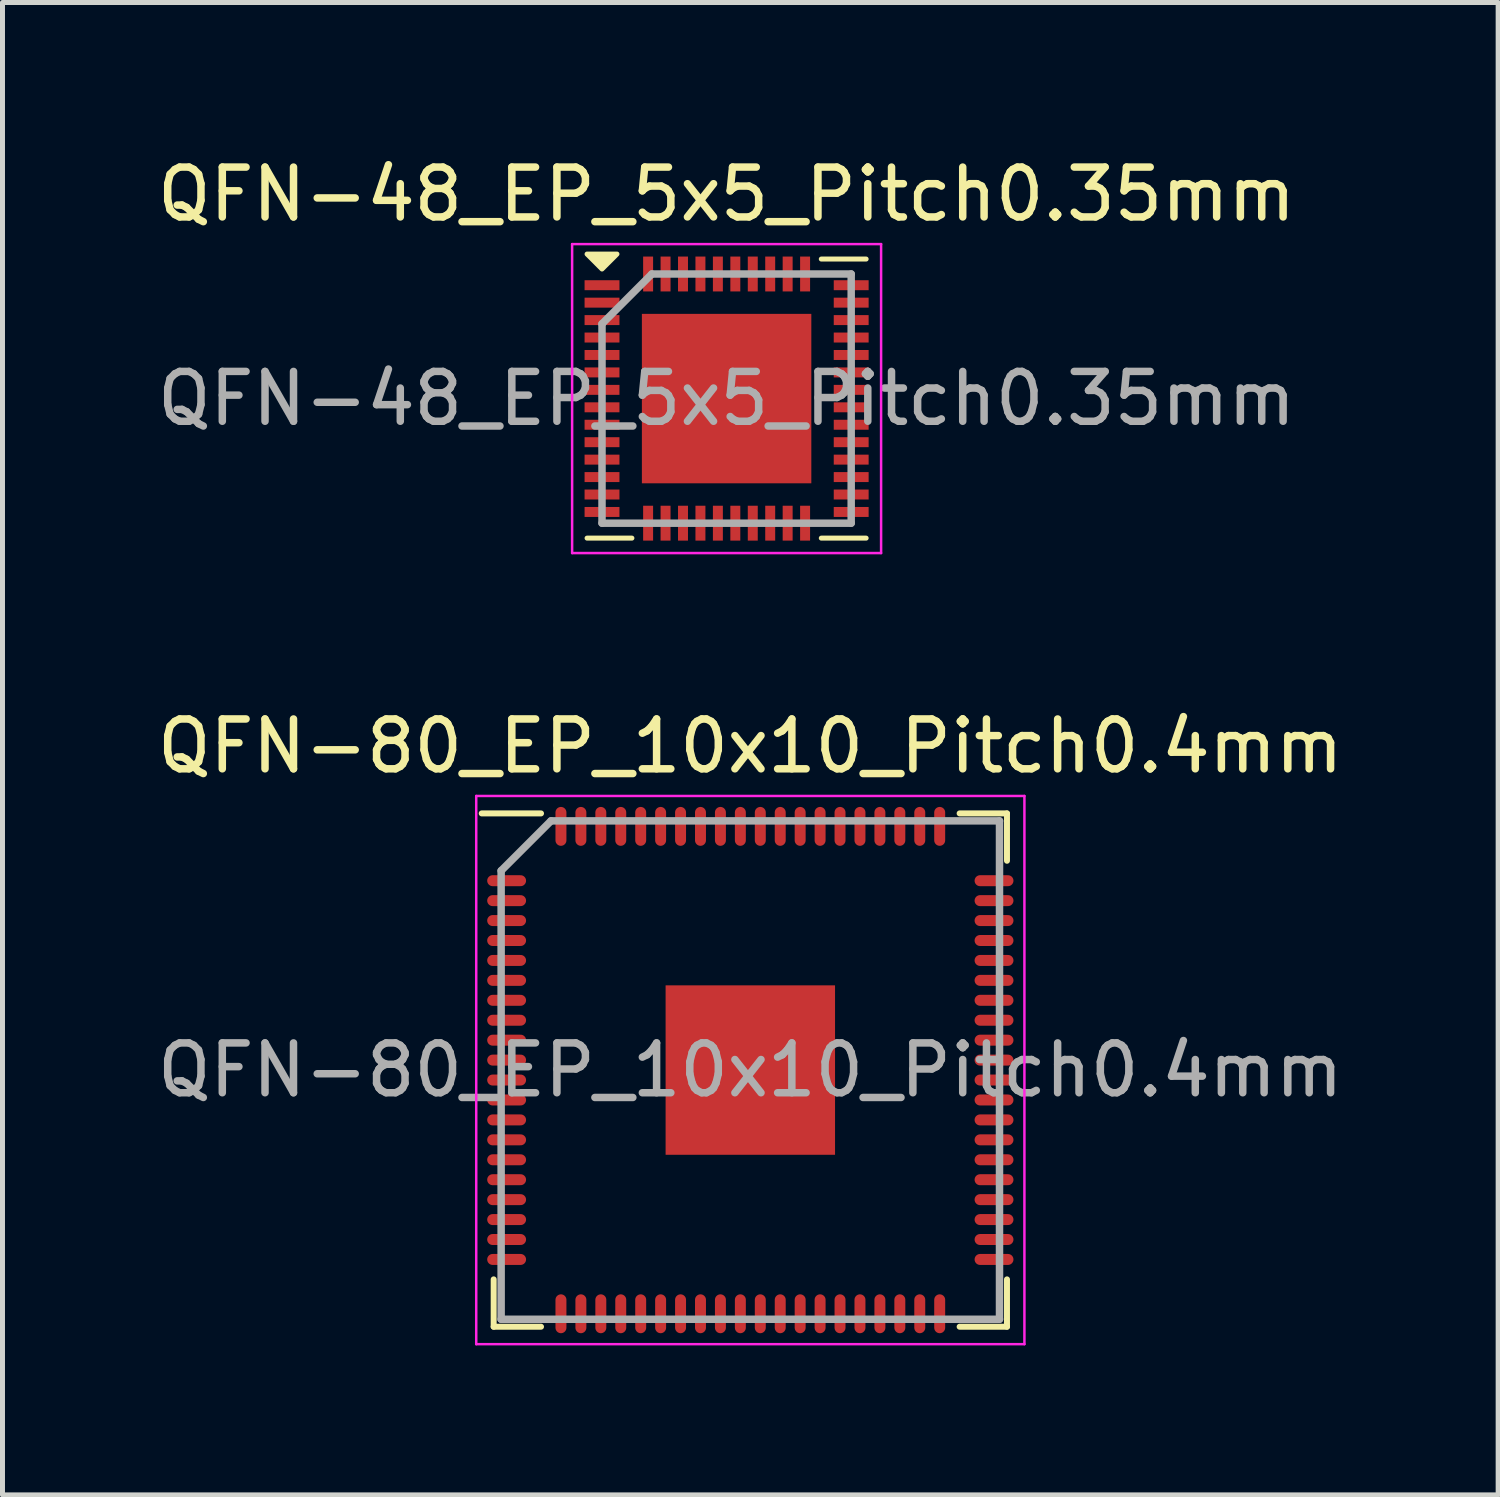
<source format=kicad_pcb>
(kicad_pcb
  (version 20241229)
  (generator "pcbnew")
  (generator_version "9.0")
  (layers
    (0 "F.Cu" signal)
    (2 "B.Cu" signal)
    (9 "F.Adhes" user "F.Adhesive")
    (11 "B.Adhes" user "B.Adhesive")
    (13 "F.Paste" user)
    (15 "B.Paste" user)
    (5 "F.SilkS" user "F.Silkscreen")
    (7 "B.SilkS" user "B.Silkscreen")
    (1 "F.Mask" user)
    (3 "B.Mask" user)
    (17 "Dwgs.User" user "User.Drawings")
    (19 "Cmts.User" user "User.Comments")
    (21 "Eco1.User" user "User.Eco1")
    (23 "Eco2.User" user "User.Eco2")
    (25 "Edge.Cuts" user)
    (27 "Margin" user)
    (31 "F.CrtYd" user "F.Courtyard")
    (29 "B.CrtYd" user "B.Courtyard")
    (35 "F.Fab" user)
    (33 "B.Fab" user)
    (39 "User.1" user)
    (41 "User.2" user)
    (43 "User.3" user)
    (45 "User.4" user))
  (footprint "QFN-48_EP_5x5_Pitch0.35mm"
    (layer "F.Cu")
    (at 11.53 4.948)
    (property "Reference" "QFN-48_EP_5x5_Pitch0.35mm" (at 0 -4.1 0) (layer "F.SilkS") (effects (font (size 1 1) (thickness 0.15))))
    (attr smd)
    (fp_line (start -2.8 2.8) (end -1.9 2.8) (stroke (width 0.1) (type default)) (layer "F.SilkS"))
    (fp_line (start 1.9 2.8) (end 2.8 2.8) (stroke (width 0.1) (type default)) (layer "F.SilkS"))
    (fp_line (start 2.8 -2.8) (end 1.9 -2.8) (stroke (width 0.1) (type default)) (layer "F.SilkS"))
    (fp_poly (pts (xy -2.8 -2.9) (xy -2.5 -2.6) (xy -2.2 -2.9)) (stroke (width 0.1) (type solid)) (fill yes) (layer "F.SilkS"))
    (fp_line (start -3.1 -3.1) (end 3.1 -3.1) (stroke (width 0.05) (type default)) (layer "F.CrtYd"))
    (fp_line (start -3.1 3.1) (end -3.1 -3.1) (stroke (width 0.05) (type default)) (layer "F.CrtYd"))
    (fp_line (start 3.1 -3.1) (end 3.1 3.1) (stroke (width 0.05) (type default)) (layer "F.CrtYd"))
    (fp_line (start 3.1 3.1) (end -3.1 3.1) (stroke (width 0.05) (type default)) (layer "F.CrtYd"))
    (fp_line (start -2.5 -1.5) (end -2.5 2.5) (stroke (width 0.15) (type default)) (layer "F.Fab"))
    (fp_line (start -2.5 2.5) (end 2.5 2.5) (stroke (width 0.15) (type default)) (layer "F.Fab"))
    (fp_line (start -1.5 -2.5) (end -2.5 -1.5) (stroke (width 0.15) (type default)) (layer "F.Fab"))
    (fp_line (start 2.5 -2.5) (end -1.5 -2.5) (stroke (width 0.15) (type default)) (layer "F.Fab"))
    (fp_line (start 2.5 2.5) (end 2.5 -2.5) (stroke (width 0.15) (type default)) (layer "F.Fab"))
    (fp_text user "${REFERENCE}" (at 0 0 0) (layer "F.Fab") (effects (font (size 1 1) (thickness 0.15))))
    (pad "" smd rect (at -1.275 -1.275) (size 0.1 0.1) (layers "F.Paste"))
    (pad "" smd rect (at -1.275 -0.425) (size 0.1 0.1) (layers "F.Paste"))
    (pad "" smd rect (at -1.275 0.425) (size 0.1 0.1) (layers "F.Paste"))
    (pad "" smd rect (at -1.275 1.275) (size 0.1 0.1) (layers "F.Paste"))
    (pad "" smd rect (at -0.425 -1.275) (size 0.1 0.1) (layers "F.Paste"))
    (pad "" smd rect (at -0.425 -0.425) (size 0.1 0.1) (layers "F.Paste"))
    (pad "" smd rect (at -0.425 0.425) (size 0.1 0.1) (layers "F.Paste"))
    (pad "" smd rect (at -0.425 1.275) (size 0.1 0.1) (layers "F.Paste"))
    (pad "" smd rect (at 0.425 -1.275) (size 0.1 0.1) (layers "F.Paste"))
    (pad "" smd rect (at 0.425 -0.425) (size 0.1 0.1) (layers "F.Paste"))
    (pad "" smd rect (at 0.425 0.425) (size 0.1 0.1) (layers "F.Paste"))
    (pad "" smd rect (at 0.425 1.275) (size 0.1 0.1) (layers "F.Paste"))
    (pad "" smd rect (at 1.275 -1.275) (size 0.1 0.1) (layers "F.Paste"))
    (pad "" smd rect (at 1.275 -0.425) (size 0.1 0.1) (layers "F.Paste"))
    (pad "" smd rect (at 1.275 0.425) (size 0.1 0.1) (layers "F.Paste"))
    (pad "" smd rect (at 1.275 1.275) (size 0.1 0.1) (layers "F.Paste"))
    (pad "1" smd rect (at -2.5 -2.275 90) (size 0.2 0.7) (layers "F.Cu" "F.Mask" "F.Paste"))
    (pad "2" smd rect (at -2.5 -1.925 90) (size 0.2 0.7) (layers "F.Cu" "F.Mask" "F.Paste"))
    (pad "3" smd rect (at -2.5 -1.575 90) (size 0.2 0.7) (layers "F.Cu" "F.Mask" "F.Paste"))
    (pad "4" smd rect (at -2.5 -1.225 90) (size 0.2 0.7) (layers "F.Cu" "F.Mask" "F.Paste"))
    (pad "5" smd rect (at -2.5 -0.875 90) (size 0.2 0.7) (layers "F.Cu" "F.Mask" "F.Paste"))
    (pad "6" smd rect (at -2.5 -0.525 90) (size 0.2 0.7) (layers "F.Cu" "F.Mask" "F.Paste"))
    (pad "7" smd rect (at -2.5 -0.175 90) (size 0.2 0.7) (layers "F.Cu" "F.Mask" "F.Paste"))
    (pad "8" smd rect (at -2.5 0.175 90) (size 0.2 0.7) (layers "F.Cu" "F.Mask" "F.Paste"))
    (pad "9" smd rect (at -2.5 0.525 90) (size 0.2 0.7) (layers "F.Cu" "F.Mask" "F.Paste"))
    (pad "10" smd rect (at -2.5 0.875 90) (size 0.2 0.7) (layers "F.Cu" "F.Mask" "F.Paste"))
    (pad "11" smd rect (at -2.5 1.225 90) (size 0.2 0.7) (layers "F.Cu" "F.Mask" "F.Paste"))
    (pad "12" smd rect (at -2.5 1.575 90) (size 0.2 0.7) (layers "F.Cu" "F.Mask" "F.Paste"))
    (pad "13" smd rect (at -2.5 1.925 90) (size 0.2 0.7) (layers "F.Cu" "F.Mask" "F.Paste"))
    (pad "14" smd rect (at -2.5 2.275 90) (size 0.2 0.7) (layers "F.Cu" "F.Mask" "F.Paste"))
    (pad "15" smd rect (at -1.575 2.5) (size 0.2 0.7) (layers "F.Cu" "F.Mask" "F.Paste"))
    (pad "16" smd rect (at -1.225 2.5) (size 0.2 0.7) (layers "F.Cu" "F.Mask" "F.Paste"))
    (pad "17" smd rect (at -0.875 2.5) (size 0.2 0.7) (layers "F.Cu" "F.Mask" "F.Paste"))
    (pad "18" smd rect (at -0.525 2.5) (size 0.2 0.7) (layers "F.Cu" "F.Mask" "F.Paste"))
    (pad "19" smd rect (at -0.175 2.5) (size 0.2 0.7) (layers "F.Cu" "F.Mask" "F.Paste"))
    (pad "20" smd rect (at 0.175 2.5) (size 0.2 0.7) (layers "F.Cu" "F.Mask" "F.Paste"))
    (pad "21" smd rect (at 0.525 2.5) (size 0.2 0.7) (layers "F.Cu" "F.Mask" "F.Paste"))
    (pad "22" smd rect (at 0.875 2.5) (size 0.2 0.7) (layers "F.Cu" "F.Mask" "F.Paste"))
    (pad "23" smd rect (at 1.225 2.5) (size 0.2 0.7) (layers "F.Cu" "F.Mask" "F.Paste"))
    (pad "24" smd rect (at 1.575 2.5) (size 0.2 0.7) (layers "F.Cu" "F.Mask" "F.Paste"))
    (pad "25" smd rect (at 2.5 2.275 90) (size 0.2 0.7) (layers "F.Cu" "F.Mask" "F.Paste"))
    (pad "26" smd rect (at 2.5 1.925 90) (size 0.2 0.7) (layers "F.Cu" "F.Mask" "F.Paste"))
    (pad "27" smd rect (at 2.5 1.575 90) (size 0.2 0.7) (layers "F.Cu" "F.Mask" "F.Paste"))
    (pad "28" smd rect (at 2.5 1.225 90) (size 0.2 0.7) (layers "F.Cu" "F.Mask" "F.Paste"))
    (pad "29" smd rect (at 2.5 0.875 90) (size 0.2 0.7) (layers "F.Cu" "F.Mask" "F.Paste"))
    (pad "30" smd rect (at 2.5 0.525 90) (size 0.2 0.7) (layers "F.Cu" "F.Mask" "F.Paste"))
    (pad "31" smd rect (at 2.5 0.175 90) (size 0.2 0.7) (layers "F.Cu" "F.Mask" "F.Paste"))
    (pad "32" smd rect (at 2.5 -0.175 90) (size 0.2 0.7) (layers "F.Cu" "F.Mask" "F.Paste"))
    (pad "33" smd rect (at 2.5 -0.525 90) (size 0.2 0.7) (layers "F.Cu" "F.Mask" "F.Paste"))
    (pad "34" smd rect (at 2.5 -0.875 90) (size 0.2 0.7) (layers "F.Cu" "F.Mask" "F.Paste"))
    (pad "35" smd rect (at 2.5 -1.225 90) (size 0.2 0.7) (layers "F.Cu" "F.Mask" "F.Paste"))
    (pad "36" smd rect (at 2.5 -1.575 90) (size 0.2 0.7) (layers "F.Cu" "F.Mask" "F.Paste"))
    (pad "37" smd rect (at 2.5 -1.925 90) (size 0.2 0.7) (layers "F.Cu" "F.Mask" "F.Paste"))
    (pad "38" smd rect (at 2.5 -2.275 90) (size 0.2 0.7) (layers "F.Cu" "F.Mask" "F.Paste"))
    (pad "39" smd rect (at 1.575 -2.5) (size 0.2 0.7) (layers "F.Cu" "F.Mask" "F.Paste"))
    (pad "40" smd rect (at 1.225 -2.5) (size 0.2 0.7) (layers "F.Cu" "F.Mask" "F.Paste"))
    (pad "41" smd rect (at 0.875 -2.5) (size 0.2 0.7) (layers "F.Cu" "F.Mask" "F.Paste"))
    (pad "42" smd rect (at 0.525 -2.5) (size 0.2 0.7) (layers "F.Cu" "F.Mask" "F.Paste"))
    (pad "43" smd rect (at 0.175 -2.5) (size 0.2 0.7) (layers "F.Cu" "F.Mask" "F.Paste"))
    (pad "44" smd rect (at -0.175 -2.5) (size 0.2 0.7) (layers "F.Cu" "F.Mask" "F.Paste"))
    (pad "45" smd rect (at -0.525 -2.5) (size 0.2 0.7) (layers "F.Cu" "F.Mask" "F.Paste"))
    (pad "46" smd rect (at -0.875 -2.5) (size 0.2 0.7) (layers "F.Cu" "F.Mask" "F.Paste"))
    (pad "47" smd rect (at -1.225 -2.5) (size 0.2 0.7) (layers "F.Cu" "F.Mask" "F.Paste"))
    (pad "48" smd rect (at -1.575 -2.5) (size 0.2 0.7) (layers "F.Cu" "F.Mask" "F.Paste"))
    (pad "49" smd rect (at 0 0) (size 3.4 3.4) (layers "F.Cu" "F.Mask")))
  (footprint "QFN-80_EP_10x10_Pitch0.4mm"
    (layer "F.Cu")
    (at 12.006 18.422)
    (property "Reference" "QFN-80_EP_10x10_Pitch0.4mm" (at 0 -6.5 0) (layer "F.SilkS") (effects (font (size 1 1) (thickness 0.15))))
    (attr smd)
    (fp_line (start -5.15 5.15) (end -5.15 4.2) (stroke (width 0.12) (type default)) (layer "F.SilkS"))
    (fp_line (start -4.2 -5.15) (end -5.39 -5.15) (stroke (width 0.12) (type default)) (layer "F.SilkS"))
    (fp_line (start -4.2 5.15) (end -5.15 5.15) (stroke (width 0.12) (type default)) (layer "F.SilkS"))
    (fp_line (start 4.2 -5.15) (end 5.15 -5.15) (stroke (width 0.12) (type default)) (layer "F.SilkS"))
    (fp_line (start 4.2 5.15) (end 5.15 5.15) (stroke (width 0.12) (type default)) (layer "F.SilkS"))
    (fp_line (start 5.15 -5.15) (end 5.15 -4.2) (stroke (width 0.12) (type default)) (layer "F.SilkS"))
    (fp_line (start 5.15 5.15) (end 5.15 4.2) (stroke (width 0.12) (type default)) (layer "F.SilkS"))
    (fp_line (start -5.5 -5.5) (end 5.5 -5.5) (stroke (width 0.05) (type default)) (layer "F.CrtYd"))
    (fp_line (start -5.5 5.5) (end -5.5 -5.5) (stroke (width 0.05) (type default)) (layer "F.CrtYd"))
    (fp_line (start 5.5 -5.5) (end 5.5 5.5) (stroke (width 0.05) (type default)) (layer "F.CrtYd"))
    (fp_line (start 5.5 5.5) (end -5.5 5.5) (stroke (width 0.05) (type default)) (layer "F.CrtYd"))
    (fp_line (start -5 -4) (end -5 5) (stroke (width 0.15) (type default)) (layer "F.Fab"))
    (fp_line (start -5 5) (end 5 5) (stroke (width 0.15) (type default)) (layer "F.Fab"))
    (fp_line (start -4 -5) (end -5 -4) (stroke (width 0.15) (type default)) (layer "F.Fab"))
    (fp_line (start 5 -5) (end -4 -5) (stroke (width 0.15) (type default)) (layer "F.Fab"))
    (fp_line (start 5 5) (end 5 -5) (stroke (width 0.15) (type default)) (layer "F.Fab"))
    (fp_text user "${REFERENCE}" (at 0 0 0) (layer "F.Fab") (effects (font (size 1 1) (thickness 0.15))))
    (pad "" smd rect (at -1.275 -1.275) (size 0.1 0.1) (layers "F.Paste"))
    (pad "" smd rect (at -1.275 -0.425) (size 0.1 0.1) (layers "F.Paste"))
    (pad "" smd rect (at -1.275 0.425) (size 0.1 0.1) (layers "F.Paste"))
    (pad "" smd rect (at -1.275 1.275) (size 0.1 0.1) (layers "F.Paste"))
    (pad "" smd rect (at -0.425 -1.275) (size 0.1 0.1) (layers "F.Paste"))
    (pad "" smd rect (at -0.425 -0.425) (size 0.1 0.1) (layers "F.Paste"))
    (pad "" smd rect (at -0.425 0.425) (size 0.1 0.1) (layers "F.Paste"))
    (pad "" smd rect (at -0.425 1.275) (size 0.1 0.1) (layers "F.Paste"))
    (pad "" smd rect (at 0.425 -1.275) (size 0.1 0.1) (layers "F.Paste"))
    (pad "" smd rect (at 0.425 -0.425) (size 0.1 0.1) (layers "F.Paste"))
    (pad "" smd rect (at 0.425 0.425) (size 0.1 0.1) (layers "F.Paste"))
    (pad "" smd rect (at 0.425 1.275) (size 0.1 0.1) (layers "F.Paste"))
    (pad "" smd rect (at 1.275 -1.275) (size 0.1 0.1) (layers "F.Paste"))
    (pad "" smd rect (at 1.275 -0.425) (size 0.1 0.1) (layers "F.Paste"))
    (pad "" smd rect (at 1.275 0.425) (size 0.1 0.1) (layers "F.Paste"))
    (pad "" smd rect (at 1.275 1.275) (size 0.1 0.1) (layers "F.Paste"))
    (pad "1" smd oval (at -4.89 -3.8 90) (size 0.22 0.78) (layers "F.Cu" "F.Mask" "F.Paste"))
    (pad "2" smd oval (at -4.89 -3.4 90) (size 0.22 0.78) (layers "F.Cu" "F.Mask" "F.Paste"))
    (pad "3" smd oval (at -4.89 -3 90) (size 0.22 0.78) (layers "F.Cu" "F.Mask" "F.Paste"))
    (pad "4" smd oval (at -4.89 -2.6 90) (size 0.22 0.78) (layers "F.Cu" "F.Mask" "F.Paste"))
    (pad "5" smd oval (at -4.89 -2.2 90) (size 0.22 0.78) (layers "F.Cu" "F.Mask" "F.Paste"))
    (pad "6" smd oval (at -4.89 -1.8 90) (size 0.22 0.78) (layers "F.Cu" "F.Mask" "F.Paste"))
    (pad "7" smd oval (at -4.89 -1.4 90) (size 0.22 0.78) (layers "F.Cu" "F.Mask" "F.Paste"))
    (pad "8" smd oval (at -4.89 -1 90) (size 0.22 0.78) (layers "F.Cu" "F.Mask" "F.Paste"))
    (pad "9" smd oval (at -4.89 -0.6 90) (size 0.22 0.78) (layers "F.Cu" "F.Mask" "F.Paste"))
    (pad "10" smd oval (at -4.89 -0.2 90) (size 0.22 0.78) (layers "F.Cu" "F.Mask" "F.Paste"))
    (pad "11" smd oval (at -4.89 0.2 90) (size 0.22 0.78) (layers "F.Cu" "F.Mask" "F.Paste"))
    (pad "12" smd oval (at -4.89 0.6 90) (size 0.22 0.78) (layers "F.Cu" "F.Mask" "F.Paste"))
    (pad "13" smd oval (at -4.89 1 90) (size 0.22 0.78) (layers "F.Cu" "F.Mask" "F.Paste"))
    (pad "14" smd oval (at -4.89 1.4 90) (size 0.22 0.78) (layers "F.Cu" "F.Mask" "F.Paste"))
    (pad "15" smd oval (at -4.89 1.8 90) (size 0.22 0.78) (layers "F.Cu" "F.Mask" "F.Paste"))
    (pad "16" smd oval (at -4.89 2.2 90) (size 0.22 0.78) (layers "F.Cu" "F.Mask" "F.Paste"))
    (pad "17" smd oval (at -4.89 2.6 90) (size 0.22 0.78) (layers "F.Cu" "F.Mask" "F.Paste"))
    (pad "18" smd oval (at -4.89 3 90) (size 0.22 0.78) (layers "F.Cu" "F.Mask" "F.Paste"))
    (pad "19" smd oval (at -4.89 3.4 90) (size 0.22 0.78) (layers "F.Cu" "F.Mask" "F.Paste"))
    (pad "20" smd oval (at -4.89 3.8 90) (size 0.22 0.78) (layers "F.Cu" "F.Mask" "F.Paste"))
    (pad "21" smd oval (at -3.8 4.89) (size 0.22 0.78) (layers "F.Cu" "F.Mask" "F.Paste"))
    (pad "22" smd oval (at -3.4 4.89) (size 0.22 0.78) (layers "F.Cu" "F.Mask" "F.Paste"))
    (pad "23" smd oval (at -3 4.89) (size 0.22 0.78) (layers "F.Cu" "F.Mask" "F.Paste"))
    (pad "24" smd oval (at -2.6 4.89) (size 0.22 0.78) (layers "F.Cu" "F.Mask" "F.Paste"))
    (pad "25" smd oval (at -2.2 4.89) (size 0.22 0.78) (layers "F.Cu" "F.Mask" "F.Paste"))
    (pad "26" smd oval (at -1.8 4.89) (size 0.22 0.78) (layers "F.Cu" "F.Mask" "F.Paste"))
    (pad "27" smd oval (at -1.4 4.89) (size 0.22 0.78) (layers "F.Cu" "F.Mask" "F.Paste"))
    (pad "28" smd oval (at -1 4.89) (size 0.22 0.78) (layers "F.Cu" "F.Mask" "F.Paste"))
    (pad "29" smd oval (at -0.6 4.89) (size 0.22 0.78) (layers "F.Cu" "F.Mask" "F.Paste"))
    (pad "30" smd oval (at -0.2 4.89) (size 0.22 0.78) (layers "F.Cu" "F.Mask" "F.Paste"))
    (pad "31" smd oval (at 0.2 4.89) (size 0.22 0.78) (layers "F.Cu" "F.Mask" "F.Paste"))
    (pad "32" smd oval (at 0.6 4.89) (size 0.22 0.78) (layers "F.Cu" "F.Mask" "F.Paste"))
    (pad "33" smd oval (at 1 4.89) (size 0.22 0.78) (layers "F.Cu" "F.Mask" "F.Paste"))
    (pad "34" smd oval (at 1.4 4.89) (size 0.22 0.78) (layers "F.Cu" "F.Mask" "F.Paste"))
    (pad "35" smd oval (at 1.8 4.89) (size 0.22 0.78) (layers "F.Cu" "F.Mask" "F.Paste"))
    (pad "36" smd oval (at 2.2 4.89) (size 0.22 0.78) (layers "F.Cu" "F.Mask" "F.Paste"))
    (pad "37" smd oval (at 2.6 4.89) (size 0.22 0.78) (layers "F.Cu" "F.Mask" "F.Paste"))
    (pad "38" smd oval (at 3 4.89) (size 0.22 0.78) (layers "F.Cu" "F.Mask" "F.Paste"))
    (pad "39" smd oval (at 3.4 4.89) (size 0.22 0.78) (layers "F.Cu" "F.Mask" "F.Paste"))
    (pad "40" smd oval (at 3.8 4.89) (size 0.22 0.78) (layers "F.Cu" "F.Mask" "F.Paste"))
    (pad "41" smd oval (at 4.89 3.8 90) (size 0.22 0.78) (layers "F.Cu" "F.Mask" "F.Paste"))
    (pad "42" smd oval (at 4.89 3.4 90) (size 0.22 0.78) (layers "F.Cu" "F.Mask" "F.Paste"))
    (pad "43" smd oval (at 4.89 3 90) (size 0.22 0.78) (layers "F.Cu" "F.Mask" "F.Paste"))
    (pad "44" smd oval (at 4.89 2.6 90) (size 0.22 0.78) (layers "F.Cu" "F.Mask" "F.Paste"))
    (pad "45" smd oval (at 4.89 2.2 90) (size 0.22 0.78) (layers "F.Cu" "F.Mask" "F.Paste"))
    (pad "46" smd oval (at 4.89 1.8 90) (size 0.22 0.78) (layers "F.Cu" "F.Mask" "F.Paste"))
    (pad "47" smd oval (at 4.89 1.4 90) (size 0.22 0.78) (layers "F.Cu" "F.Mask" "F.Paste"))
    (pad "48" smd oval (at 4.89 1 90) (size 0.22 0.78) (layers "F.Cu" "F.Mask" "F.Paste"))
    (pad "49" smd oval (at 4.89 0.6 90) (size 0.22 0.78) (layers "F.Cu" "F.Mask" "F.Paste"))
    (pad "50" smd oval (at 4.89 0.2 90) (size 0.22 0.78) (layers "F.Cu" "F.Mask" "F.Paste"))
    (pad "51" smd oval (at 4.89 -0.2 90) (size 0.22 0.78) (layers "F.Cu" "F.Mask" "F.Paste"))
    (pad "52" smd oval (at 4.89 -0.6 90) (size 0.22 0.78) (layers "F.Cu" "F.Mask" "F.Paste"))
    (pad "53" smd oval (at 4.89 -1 90) (size 0.22 0.78) (layers "F.Cu" "F.Mask" "F.Paste"))
    (pad "54" smd oval (at 4.89 -1.4 90) (size 0.22 0.78) (layers "F.Cu" "F.Mask" "F.Paste"))
    (pad "55" smd oval (at 4.89 -1.8 90) (size 0.22 0.78) (layers "F.Cu" "F.Mask" "F.Paste"))
    (pad "56" smd oval (at 4.89 -2.2 90) (size 0.22 0.78) (layers "F.Cu" "F.Mask" "F.Paste"))
    (pad "57" smd oval (at 4.89 -2.6 90) (size 0.22 0.78) (layers "F.Cu" "F.Mask" "F.Paste"))
    (pad "58" smd oval (at 4.89 -3 90) (size 0.22 0.78) (layers "F.Cu" "F.Mask" "F.Paste"))
    (pad "59" smd oval (at 4.89 -3.4 90) (size 0.22 0.78) (layers "F.Cu" "F.Mask" "F.Paste"))
    (pad "60" smd oval (at 4.89 -3.8 90) (size 0.22 0.78) (layers "F.Cu" "F.Mask" "F.Paste"))
    (pad "61" smd oval (at 3.8 -4.89) (size 0.22 0.78) (layers "F.Cu" "F.Mask" "F.Paste"))
    (pad "62" smd oval (at 3.4 -4.89) (size 0.22 0.78) (layers "F.Cu" "F.Mask" "F.Paste"))
    (pad "63" smd oval (at 3 -4.89) (size 0.22 0.78) (layers "F.Cu" "F.Mask" "F.Paste"))
    (pad "64" smd oval (at 2.6 -4.89) (size 0.22 0.78) (layers "F.Cu" "F.Mask" "F.Paste"))
    (pad "65" smd oval (at 2.2 -4.89) (size 0.22 0.78) (layers "F.Cu" "F.Mask" "F.Paste"))
    (pad "66" smd oval (at 1.8 -4.89) (size 0.22 0.78) (layers "F.Cu" "F.Mask" "F.Paste"))
    (pad "67" smd oval (at 1.4 -4.89) (size 0.22 0.78) (layers "F.Cu" "F.Mask" "F.Paste"))
    (pad "68" smd oval (at 1 -4.89) (size 0.22 0.78) (layers "F.Cu" "F.Mask" "F.Paste"))
    (pad "69" smd oval (at 0.6 -4.89) (size 0.22 0.78) (layers "F.Cu" "F.Mask" "F.Paste"))
    (pad "70" smd oval (at 0.2 -4.89) (size 0.22 0.78) (layers "F.Cu" "F.Mask" "F.Paste"))
    (pad "71" smd oval (at -0.2 -4.89) (size 0.22 0.78) (layers "F.Cu" "F.Mask" "F.Paste"))
    (pad "72" smd oval (at -0.6 -4.89) (size 0.22 0.78) (layers "F.Cu" "F.Mask" "F.Paste"))
    (pad "73" smd oval (at -1 -4.89) (size 0.22 0.78) (layers "F.Cu" "F.Mask" "F.Paste"))
    (pad "74" smd oval (at -1.4 -4.89) (size 0.22 0.78) (layers "F.Cu" "F.Mask" "F.Paste"))
    (pad "75" smd oval (at -1.8 -4.89) (size 0.22 0.78) (layers "F.Cu" "F.Mask" "F.Paste"))
    (pad "76" smd oval (at -2.2 -4.89) (size 0.22 0.78) (layers "F.Cu" "F.Mask" "F.Paste"))
    (pad "77" smd oval (at -2.6 -4.89) (size 0.22 0.78) (layers "F.Cu" "F.Mask" "F.Paste"))
    (pad "78" smd oval (at -3 -4.89) (size 0.22 0.78) (layers "F.Cu" "F.Mask" "F.Paste"))
    (pad "79" smd oval (at -3.4 -4.89) (size 0.22 0.78) (layers "F.Cu" "F.Mask" "F.Paste"))
    (pad "80" smd oval (at -3.8 -4.89) (size 0.22 0.78) (layers "F.Cu" "F.Mask" "F.Paste"))
    (pad "81" smd rect (at 0 0) (size 3.4 3.4) (layers "F.Cu" "F.Mask")))
  (gr_rect
    (start -3 -3)
    (end 27.012 26.947)
    (stroke (width 0.1) (type default))
    (fill no)
    (layer "Edge.Cuts")))
</source>
